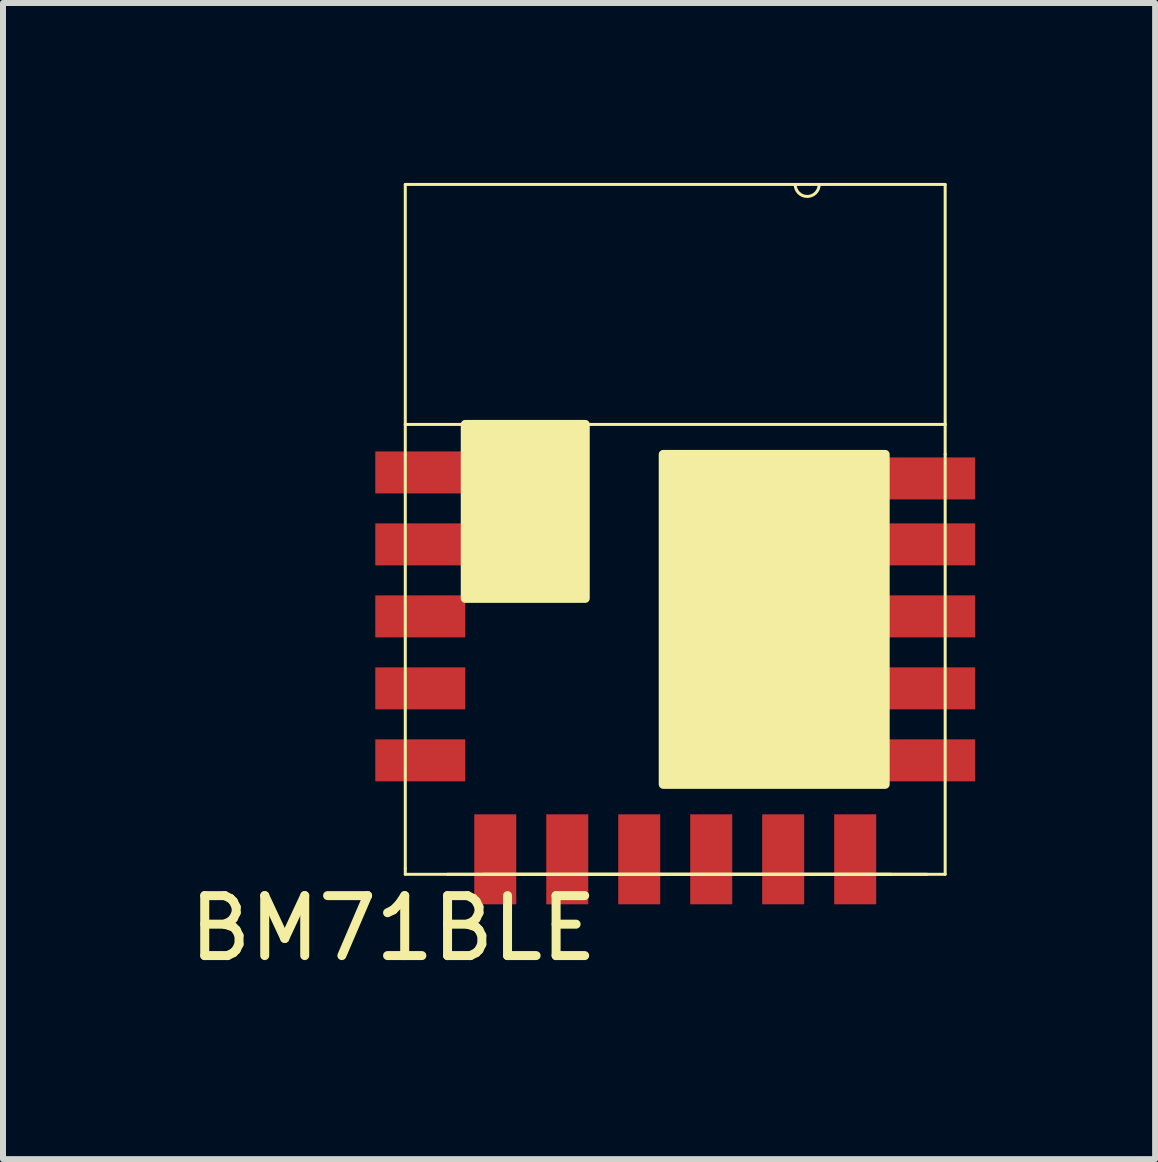
<source format=kicad_pcb>
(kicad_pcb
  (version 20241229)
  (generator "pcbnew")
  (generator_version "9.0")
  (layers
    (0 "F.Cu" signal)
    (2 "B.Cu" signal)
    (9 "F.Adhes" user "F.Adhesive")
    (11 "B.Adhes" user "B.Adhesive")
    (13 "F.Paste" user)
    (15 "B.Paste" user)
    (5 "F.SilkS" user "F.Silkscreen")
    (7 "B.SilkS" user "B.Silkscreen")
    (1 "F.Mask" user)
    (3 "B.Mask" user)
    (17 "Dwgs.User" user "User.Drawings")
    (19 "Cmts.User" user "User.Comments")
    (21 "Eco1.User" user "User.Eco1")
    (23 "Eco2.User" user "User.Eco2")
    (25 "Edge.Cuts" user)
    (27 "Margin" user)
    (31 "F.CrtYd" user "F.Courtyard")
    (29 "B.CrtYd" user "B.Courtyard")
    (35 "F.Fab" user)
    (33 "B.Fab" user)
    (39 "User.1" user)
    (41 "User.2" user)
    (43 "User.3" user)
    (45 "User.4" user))
  (footprint "BM71BLE"
    (layer "F.Cu")
    (at 3.706 11.525)
    (property "Reference" "BM71BLE" (at -0.2 0.9 0) (layer "F.SilkS") (effects (font (size 1 1) (thickness 0.15))))
    (attr through_hole)
    (fp_line (start 0 -11.5) (end 9 -11.5) (stroke (width 0.05) (type solid)) (layer "F.SilkS"))
    (fp_line (start 0 -7.5) (end 0 -11.5) (stroke (width 0.05) (type solid)) (layer "F.SilkS"))
    (fp_line (start 0 -7.5) (end 9 -7.5) (stroke (width 0.05) (type solid)) (layer "F.SilkS"))
    (fp_line (start 0 -7) (end 0 -7.5) (stroke (width 0.05) (type solid)) (layer "F.SilkS"))
    (fp_line (start 0 -7) (end 0 -0.1) (stroke (width 0.05) (type solid)) (layer "F.SilkS"))
    (fp_line (start 0 0) (end 0 -0.1) (stroke (width 0.05) (type solid)) (layer "F.SilkS"))
    (fp_line (start 0 0) (end 9 0) (stroke (width 0.05) (type solid)) (layer "F.SilkS"))
    (fp_line (start 1 -7.5) (end 1 -4.6) (stroke (width 0.05) (type solid)) (layer "F.SilkS"))
    (fp_line (start 1 -4.6) (end 3 -4.6) (stroke (width 0.05) (type solid)) (layer "F.SilkS"))
    (fp_line (start 1.2 0) (end 0.7 0) (stroke (width 0.05) (type solid)) (layer "F.SilkS"))
    (fp_line (start 1.2 0) (end 8.1 0) (stroke (width 0.05) (type solid)) (layer "F.SilkS"))
    (fp_line (start 1.8 0) (end 1.3 0) (stroke (width 0.05) (type solid)) (layer "F.SilkS"))
    (fp_line (start 1.8 0) (end 8.7 0) (stroke (width 0.05) (type solid)) (layer "F.SilkS"))
    (fp_line (start 3 -4.6) (end 3 -7.5) (stroke (width 0.05) (type solid)) (layer "F.SilkS"))
    (fp_line (start 4.3 -7) (end 4.3 -1.5) (stroke (width 0.05) (type solid)) (layer "F.SilkS"))
    (fp_line (start 4.3 -1.5) (end 8 -1.5) (stroke (width 0.05) (type solid)) (layer "F.SilkS"))
    (fp_line (start 8 -7) (end 4.3 -7) (stroke (width 0.05) (type solid)) (layer "F.SilkS"))
    (fp_line (start 8 -1.5) (end 8 -7) (stroke (width 0.05) (type solid)) (layer "F.SilkS"))
    (fp_line (start 9 -11.5) (end 9 -7.5) (stroke (width 0.05) (type solid)) (layer "F.SilkS"))
    (fp_line (start 9 -7.5) (end 9 -7) (stroke (width 0.05) (type solid)) (layer "F.SilkS"))
    (fp_line (start 9 0) (end 9 -7) (stroke (width 0.05) (type solid)) (layer "F.SilkS"))
    (fp_arc (start 6.9 -11.5) (mid 6.7 -11.3) (end 6.5 -11.5) (stroke (width 0.05) (type solid)) (layer "F.SilkS"))
    (fp_poly (pts (xy 3 -4.6) (xy 1 -4.6) (xy 1 -7.5) (xy 3 -7.5)) (stroke (width 0.15) (type solid)) (fill yes) (layer "F.SilkS"))
    (fp_poly (pts (xy 4.3 -7) (xy 8 -7) (xy 8 -1.5) (xy 4.3 -1.5)) (stroke (width 0.15) (type solid)) (fill yes) (layer "F.SilkS"))
    (pad "1" smd rect (at 0.25 -6.7) (size 1.5 0.7) (layers "F.Cu" "F.Mask" "F.Paste"))
    (pad "2" smd rect (at 0.25 -5.5) (size 1.5 0.7) (layers "F.Cu" "F.Mask" "F.Paste"))
    (pad "3" smd rect (at 0.25 -4.3) (size 1.5 0.7) (layers "F.Cu" "F.Mask" "F.Paste"))
    (pad "4" smd rect (at 0.25 -3.1) (size 1.5 0.7) (layers "F.Cu" "F.Mask" "F.Paste"))
    (pad "5" smd rect (at 0.25 -1.9) (size 1.5 0.7) (layers "F.Cu" "F.Mask" "F.Paste"))
    (pad "6" smd rect (at 1.5 -0.25 90) (size 1.5 0.7) (layers "F.Cu" "F.Mask" "F.Paste"))
    (pad "7" smd rect (at 2.7 -0.25 90) (size 1.5 0.7) (layers "F.Cu" "F.Mask" "F.Paste"))
    (pad "8" smd rect (at 3.9 -0.25 90) (size 1.5 0.7) (layers "F.Cu" "F.Mask" "F.Paste"))
    (pad "9" smd rect (at 5.1 -0.25 90) (size 1.5 0.7) (layers "F.Cu" "F.Mask" "F.Paste"))
    (pad "10" smd rect (at 6.3 -0.25 90) (size 1.5 0.7) (layers "F.Cu" "F.Mask" "F.Paste"))
    (pad "11" smd rect (at 7.5 -0.25 90) (size 1.5 0.7) (layers "F.Cu" "F.Mask" "F.Paste"))
    (pad "12" smd rect (at 8.75 -1.9) (size 1.5 0.7) (layers "F.Cu" "F.Mask" "F.Paste"))
    (pad "13" smd rect (at 8.75 -3.1) (size 1.5 0.7) (layers "F.Cu" "F.Mask" "F.Paste"))
    (pad "14" smd rect (at 8.75 -4.3) (size 1.5 0.7) (layers "F.Cu" "F.Mask" "F.Paste"))
    (pad "15" smd rect (at 8.75 -5.5) (size 1.5 0.7) (layers "F.Cu" "F.Mask" "F.Paste"))
    (pad "16" smd rect (at 8.75 -6.6) (size 1.5 0.7) (layers "F.Cu" "F.Mask" "F.Paste")))
  (gr_rect
    (start -3 -3)
    (end 16.206 16.273)
    (stroke (width 0.1) (type default))
    (fill no)
    (layer "Edge.Cuts")))
</source>
